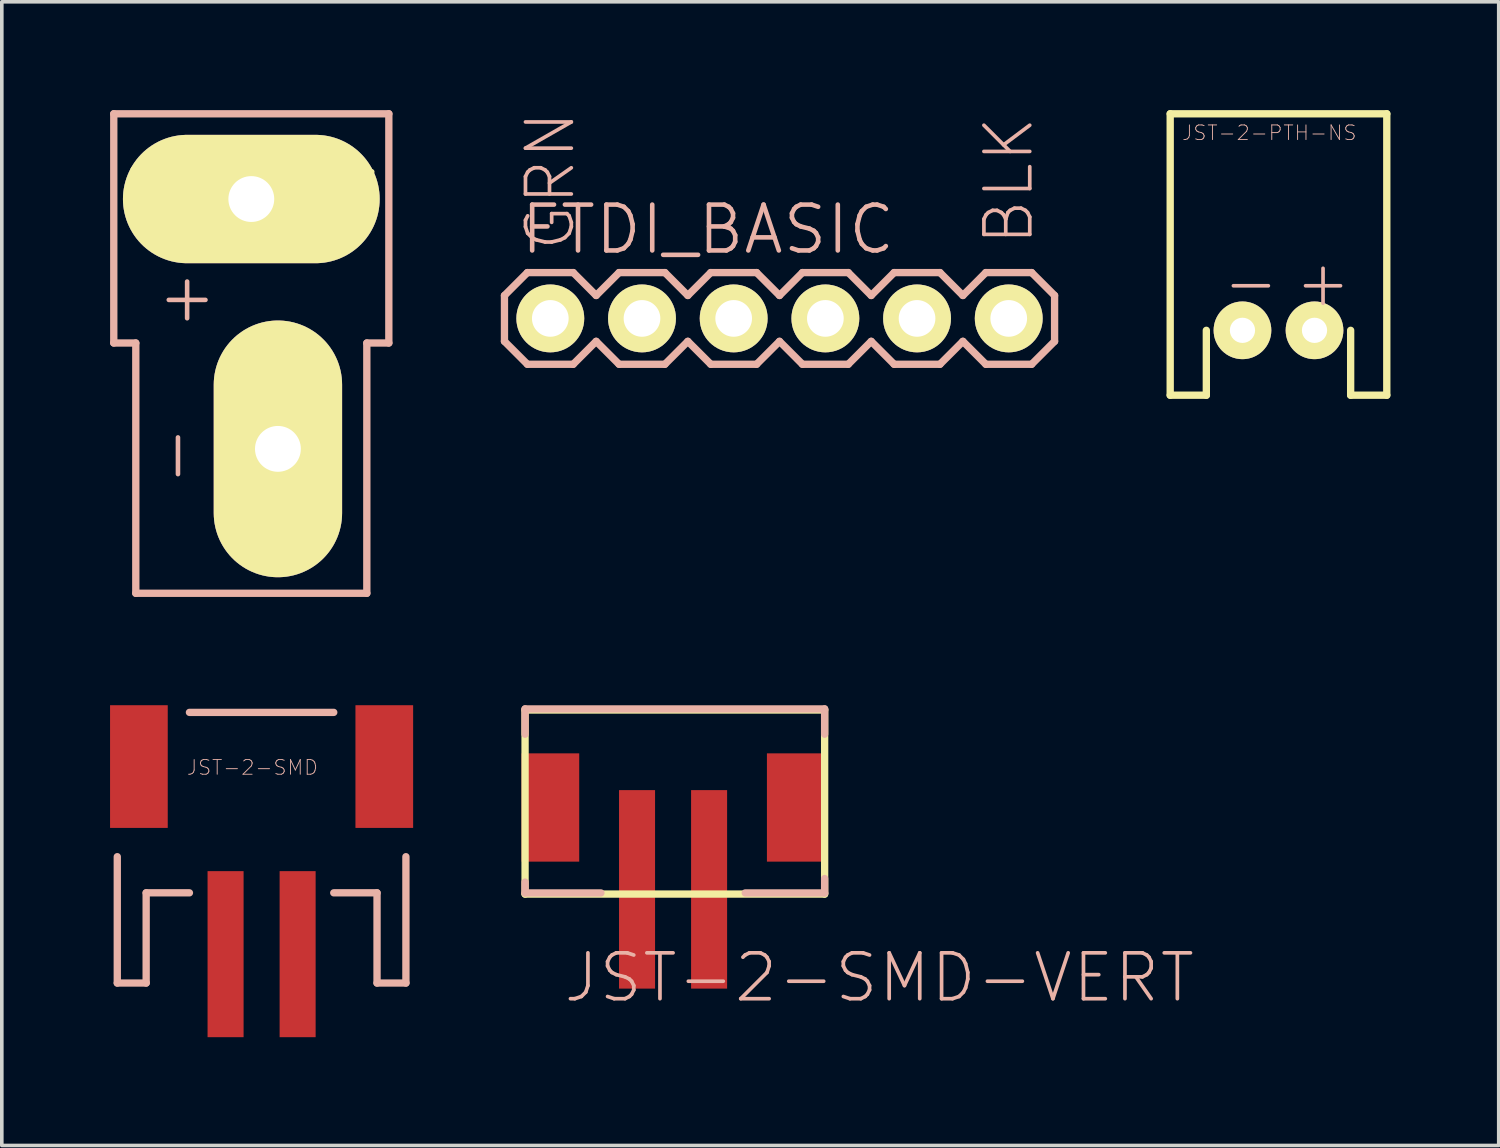
<source format=kicad_pcb>
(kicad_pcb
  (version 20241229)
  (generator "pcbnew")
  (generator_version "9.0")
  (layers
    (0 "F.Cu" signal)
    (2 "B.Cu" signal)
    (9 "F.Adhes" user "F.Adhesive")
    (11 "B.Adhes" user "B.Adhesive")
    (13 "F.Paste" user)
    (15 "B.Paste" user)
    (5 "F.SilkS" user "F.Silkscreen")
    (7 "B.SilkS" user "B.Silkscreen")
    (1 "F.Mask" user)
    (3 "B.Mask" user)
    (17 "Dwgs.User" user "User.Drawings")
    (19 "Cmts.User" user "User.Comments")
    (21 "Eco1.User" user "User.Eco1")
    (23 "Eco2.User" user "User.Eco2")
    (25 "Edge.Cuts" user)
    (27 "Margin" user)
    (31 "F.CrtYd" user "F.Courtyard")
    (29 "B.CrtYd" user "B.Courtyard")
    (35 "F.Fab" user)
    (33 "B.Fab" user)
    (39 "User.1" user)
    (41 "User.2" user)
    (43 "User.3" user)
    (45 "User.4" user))
  (footprint "JST-2-SMD"
    (layer "F.Cu")
    (at 4.197 19.685)
    (property "Reference" "JST-2-SMD" (at -0.254 -1.473 0) (layer "B.SilkS") (effects (font (size 0.406 0.406) (thickness 0.025))))
    (attr smd)
    (fp_line (start -3.998 0.998) (end -3.998 4.498) (stroke (width 0.203) (type solid)) (layer "B.SilkS"))
    (fp_line (start -3.998 4.498) (end -3.198 4.498) (stroke (width 0.203) (type solid)) (layer "B.SilkS"))
    (fp_line (start -3.198 1.999) (end -1.999 1.999) (stroke (width 0.203) (type solid)) (layer "B.SilkS"))
    (fp_line (start -3.198 4.498) (end -3.198 1.999) (stroke (width 0.203) (type solid)) (layer "B.SilkS"))
    (fp_line (start 1.999 -3) (end -1.999 -3) (stroke (width 0.203) (type solid)) (layer "B.SilkS"))
    (fp_line (start 1.999 1.999) (end 3.198 1.999) (stroke (width 0.203) (type solid)) (layer "B.SilkS"))
    (fp_line (start 3.198 1.999) (end 3.198 4.498) (stroke (width 0.203) (type solid)) (layer "B.SilkS"))
    (fp_line (start 3.198 4.498) (end 3.998 4.498) (stroke (width 0.203) (type solid)) (layer "B.SilkS"))
    (fp_line (start 3.998 4.498) (end 3.998 0.998) (stroke (width 0.203) (type solid)) (layer "B.SilkS"))
    (pad "1" smd rect (at -0.998 3.698) (size 0.998 4.6) (layers "F.Cu" "F.Mask" "F.Paste"))
    (pad "2" smd rect (at 0.998 3.698) (size 0.998 4.6) (layers "F.Cu" "F.Mask" "F.Paste"))
    (pad "NC1" smd rect (at -3.399 -1.499 90) (size 3.399 1.598) (layers "F.Cu" "F.Mask" "F.Paste"))
    (pad "NC2" smd rect (at 3.399 -1.499 90) (size 3.399 1.598) (layers "F.Cu" "F.Mask" "F.Paste")))
  (footprint "FTDI_BASIC"
    (layer "F.Cu")
    (at 12.195 5.771)
    (property "Reference" "FTDI_BASIC" (at 4.366 -2.464 0) (layer "B.SilkS") (effects (font (size 1.27 1.27) (thickness 0.127))))
    (attr exclude_from_pos_files exclude_from_bom)
    (fp_line (start -0.254 -0.254) (end 0.254 -0.254) (stroke (width 0.066) (type solid)) (layer "F.SilkS"))
    (fp_line (start -0.254 0.254) (end -0.254 -0.254) (stroke (width 0.066) (type solid)) (layer "F.SilkS"))
    (fp_line (start -0.254 0.254) (end 0.254 0.254) (stroke (width 0.066) (type solid)) (layer "F.SilkS"))
    (fp_line (start 0.254 0.254) (end 0.254 -0.254) (stroke (width 0.066) (type solid)) (layer "F.SilkS"))
    (fp_line (start 2.286 -0.254) (end 2.794 -0.254) (stroke (width 0.066) (type solid)) (layer "F.SilkS"))
    (fp_line (start 2.286 0.254) (end 2.286 -0.254) (stroke (width 0.066) (type solid)) (layer "F.SilkS"))
    (fp_line (start 2.286 0.254) (end 2.794 0.254) (stroke (width 0.066) (type solid)) (layer "F.SilkS"))
    (fp_line (start 2.794 0.254) (end 2.794 -0.254) (stroke (width 0.066) (type solid)) (layer "F.SilkS"))
    (fp_line (start 4.826 -0.254) (end 5.334 -0.254) (stroke (width 0.066) (type solid)) (layer "F.SilkS"))
    (fp_line (start 4.826 0.254) (end 4.826 -0.254) (stroke (width 0.066) (type solid)) (layer "F.SilkS"))
    (fp_line (start 4.826 0.254) (end 5.334 0.254) (stroke (width 0.066) (type solid)) (layer "F.SilkS"))
    (fp_line (start 5.334 0.254) (end 5.334 -0.254) (stroke (width 0.066) (type solid)) (layer "F.SilkS"))
    (fp_line (start 7.366 -0.254) (end 7.874 -0.254) (stroke (width 0.066) (type solid)) (layer "F.SilkS"))
    (fp_line (start 7.366 0.254) (end 7.366 -0.254) (stroke (width 0.066) (type solid)) (layer "F.SilkS"))
    (fp_line (start 7.366 0.254) (end 7.874 0.254) (stroke (width 0.066) (type solid)) (layer "F.SilkS"))
    (fp_line (start 7.874 0.254) (end 7.874 -0.254) (stroke (width 0.066) (type solid)) (layer "F.SilkS"))
    (fp_line (start 9.906 -0.254) (end 10.414 -0.254) (stroke (width 0.066) (type solid)) (layer "F.SilkS"))
    (fp_line (start 9.906 0.254) (end 9.906 -0.254) (stroke (width 0.066) (type solid)) (layer "F.SilkS"))
    (fp_line (start 9.906 0.254) (end 10.414 0.254) (stroke (width 0.066) (type solid)) (layer "F.SilkS"))
    (fp_line (start 10.414 0.254) (end 10.414 -0.254) (stroke (width 0.066) (type solid)) (layer "F.SilkS"))
    (fp_line (start 12.446 -0.254) (end 12.954 -0.254) (stroke (width 0.066) (type solid)) (layer "F.SilkS"))
    (fp_line (start 12.446 0.254) (end 12.446 -0.254) (stroke (width 0.066) (type solid)) (layer "F.SilkS"))
    (fp_line (start 12.446 0.254) (end 12.954 0.254) (stroke (width 0.066) (type solid)) (layer "F.SilkS"))
    (fp_line (start 12.954 0.254) (end 12.954 -0.254) (stroke (width 0.066) (type solid)) (layer "F.SilkS"))
    (fp_line (start -1.27 -0.635) (end -1.27 0.635) (stroke (width 0.203) (type solid)) (layer "B.SilkS"))
    (fp_line (start -1.27 0.635) (end -0.635 1.27) (stroke (width 0.203) (type solid)) (layer "B.SilkS"))
    (fp_line (start -0.635 -1.27) (end -1.27 -0.635) (stroke (width 0.203) (type solid)) (layer "B.SilkS"))
    (fp_line (start -0.635 -1.27) (end 0.635 -1.27) (stroke (width 0.203) (type solid)) (layer "B.SilkS"))
    (fp_line (start 0.635 -1.27) (end 1.27 -0.635) (stroke (width 0.203) (type solid)) (layer "B.SilkS"))
    (fp_line (start 0.635 1.27) (end -0.635 1.27) (stroke (width 0.203) (type solid)) (layer "B.SilkS"))
    (fp_line (start 1.27 -0.635) (end 1.905 -1.27) (stroke (width 0.203) (type solid)) (layer "B.SilkS"))
    (fp_line (start 1.27 0.635) (end 0.635 1.27) (stroke (width 0.203) (type solid)) (layer "B.SilkS"))
    (fp_line (start 1.905 -1.27) (end 3.175 -1.27) (stroke (width 0.203) (type solid)) (layer "B.SilkS"))
    (fp_line (start 1.905 1.27) (end 1.27 0.635) (stroke (width 0.203) (type solid)) (layer "B.SilkS"))
    (fp_line (start 3.175 -1.27) (end 3.81 -0.635) (stroke (width 0.203) (type solid)) (layer "B.SilkS"))
    (fp_line (start 3.175 1.27) (end 1.905 1.27) (stroke (width 0.203) (type solid)) (layer "B.SilkS"))
    (fp_line (start 3.81 -0.635) (end 4.445 -1.27) (stroke (width 0.203) (type solid)) (layer "B.SilkS"))
    (fp_line (start 3.81 0.635) (end 3.175 1.27) (stroke (width 0.203) (type solid)) (layer "B.SilkS"))
    (fp_line (start 4.445 -1.27) (end 5.715 -1.27) (stroke (width 0.203) (type solid)) (layer "B.SilkS"))
    (fp_line (start 4.445 1.27) (end 3.81 0.635) (stroke (width 0.203) (type solid)) (layer "B.SilkS"))
    (fp_line (start 5.715 -1.27) (end 6.35 -0.635) (stroke (width 0.203) (type solid)) (layer "B.SilkS"))
    (fp_line (start 5.715 1.27) (end 4.445 1.27) (stroke (width 0.203) (type solid)) (layer "B.SilkS"))
    (fp_line (start 6.35 0.635) (end 5.715 1.27) (stroke (width 0.203) (type solid)) (layer "B.SilkS"))
    (fp_line (start 6.35 0.635) (end 6.985 1.27) (stroke (width 0.203) (type solid)) (layer "B.SilkS"))
    (fp_line (start 6.985 -1.27) (end 6.35 -0.635) (stroke (width 0.203) (type solid)) (layer "B.SilkS"))
    (fp_line (start 6.985 -1.27) (end 8.255 -1.27) (stroke (width 0.203) (type solid)) (layer "B.SilkS"))
    (fp_line (start 8.255 -1.27) (end 8.89 -0.635) (stroke (width 0.203) (type solid)) (layer "B.SilkS"))
    (fp_line (start 8.255 1.27) (end 6.985 1.27) (stroke (width 0.203) (type solid)) (layer "B.SilkS"))
    (fp_line (start 8.89 -0.635) (end 9.525 -1.27) (stroke (width 0.203) (type solid)) (layer "B.SilkS"))
    (fp_line (start 8.89 0.635) (end 8.255 1.27) (stroke (width 0.203) (type solid)) (layer "B.SilkS"))
    (fp_line (start 9.525 -1.27) (end 10.795 -1.27) (stroke (width 0.203) (type solid)) (layer "B.SilkS"))
    (fp_line (start 9.525 1.27) (end 8.89 0.635) (stroke (width 0.203) (type solid)) (layer "B.SilkS"))
    (fp_line (start 10.795 -1.27) (end 11.43 -0.635) (stroke (width 0.203) (type solid)) (layer "B.SilkS"))
    (fp_line (start 10.795 1.27) (end 9.525 1.27) (stroke (width 0.203) (type solid)) (layer "B.SilkS"))
    (fp_line (start 11.43 -0.635) (end 12.065 -1.27) (stroke (width 0.203) (type solid)) (layer "B.SilkS"))
    (fp_line (start 11.43 0.635) (end 10.795 1.27) (stroke (width 0.203) (type solid)) (layer "B.SilkS"))
    (fp_line (start 12.065 -1.27) (end 13.335 -1.27) (stroke (width 0.203) (type solid)) (layer "B.SilkS"))
    (fp_line (start 12.065 1.27) (end 11.43 0.635) (stroke (width 0.203) (type solid)) (layer "B.SilkS"))
    (fp_line (start 13.335 -1.27) (end 13.97 -0.635) (stroke (width 0.203) (type solid)) (layer "B.SilkS"))
    (fp_line (start 13.335 1.27) (end 12.065 1.27) (stroke (width 0.203) (type solid)) (layer "B.SilkS"))
    (fp_line (start 13.97 -0.635) (end 13.97 0.635) (stroke (width 0.203) (type solid)) (layer "B.SilkS"))
    (fp_line (start 13.97 0.635) (end 13.335 1.27) (stroke (width 0.203) (type solid)) (layer "B.SilkS"))
    (fp_text user "BLK" (at 12.7 -3.81 90) (layer "B.SilkS") (effects (font (size 1.27 1.27) (thickness 0.102))))
    (fp_text user "GRN" (at 0 -3.81 90) (layer "B.SilkS") (effects (font (size 1.27 1.27) (thickness 0.102))))
    (pad "CTS" thru_hole circle (at 10.16 0) (size 1.88 1.88) (drill 1.016) (layers "*.Cu" "F.Mask" "F.SilkS" "F.Paste"))
    (pad "DTR" thru_hole circle (at 0 0) (size 1.88 1.88) (drill 1.016) (layers "*.Cu" "F.Mask" "F.SilkS" "F.Paste"))
    (pad "GND" thru_hole circle (at 12.7 0) (size 1.88 1.88) (drill 1.016) (layers "*.Cu" "F.Mask" "F.SilkS" "F.Paste"))
    (pad "RXI" thru_hole circle (at 2.54 0) (size 1.88 1.88) (drill 1.016) (layers "*.Cu" "F.Mask" "F.SilkS" "F.Paste"))
    (pad "TXO" thru_hole circle (at 5.08 0) (size 1.88 1.88) (drill 1.016) (layers "*.Cu" "F.Mask" "F.SilkS" "F.Paste"))
    (pad "VCC" thru_hole circle (at 7.62 0) (size 1.88 1.88) (drill 1.016) (layers "*.Cu" "F.Mask" "F.SilkS" "F.Paste")))
  (footprint "JST-2-SMD-VERT"
    (layer "F.Cu")
    (at 15.596 19.589)
    (property "Reference" "JST-2-SMD-VERT" (at 5.715 4.445 0) (layer "B.SilkS") (effects (font (size 1.27 1.27) (thickness 0.102))))
    (attr smd)
    (fp_line (start -4.1 -2.969) (end 4.199 -2.969) (stroke (width 0.203) (type solid)) (layer "F.SilkS"))
    (fp_line (start -4.1 2.129) (end -4.1 -2.969) (stroke (width 0.203) (type solid)) (layer "F.SilkS"))
    (fp_line (start 4.199 -2.969) (end 4.199 2.129) (stroke (width 0.203) (type solid)) (layer "F.SilkS"))
    (fp_line (start 4.199 2.129) (end -4.1 2.129) (stroke (width 0.203) (type solid)) (layer "F.SilkS"))
    (fp_line (start -4.1 -3) (end -4.1 -2.299) (stroke (width 0.203) (type solid)) (layer "B.SilkS"))
    (fp_line (start -4.1 -3) (end 4.199 -3) (stroke (width 0.203) (type solid)) (layer "B.SilkS"))
    (fp_line (start -4.1 2.098) (end -4.1 1.798) (stroke (width 0.203) (type solid)) (layer "B.SilkS"))
    (fp_line (start -1.999 2.098) (end -4.1 2.098) (stroke (width 0.203) (type solid)) (layer "B.SilkS"))
    (fp_line (start 1.999 2.098) (end 4.199 2.098) (stroke (width 0.203) (type solid)) (layer "B.SilkS"))
    (fp_line (start 4.199 -3) (end 4.199 -2.299) (stroke (width 0.203) (type solid)) (layer "B.SilkS"))
    (fp_line (start 4.199 2.098) (end 4.199 1.699) (stroke (width 0.203) (type solid)) (layer "B.SilkS"))
    (pad "GND" smd rect (at 0.998 1.999) (size 0.998 5.499) (layers "F.Cu" "F.Mask" "F.Paste"))
    (pad "P$1" smd rect (at -3.399 -0.269 90) (size 3 1.598) (layers "F.Cu" "F.Mask" "F.Paste"))
    (pad "P$2" smd rect (at 3.399 -0.269 90) (size 3 1.598) (layers "F.Cu" "F.Mask" "F.Paste"))
    (pad "VCC" smd rect (at -0.998 1.999) (size 0.998 5.499) (layers "F.Cu" "F.Mask" "F.Paste")))
  (footprint "DEANS"
    (layer "F.Cu")
    (at 3.912 2.464)
    (property "Reference" "DEANS" (at 0 0 0) (layer "F.SilkS") (effects (font (size 1.524 1.524) (thickness 0.15))))
    (attr exclude_from_pos_files exclude_from_bom)
    (fp_line (start -2.845 -0.686) (end 2.845 -0.686) (stroke (width 0.127) (type solid)) (layer "F.SilkS"))
    (fp_line (start -2.845 0.686) (end -2.845 -0.686) (stroke (width 0.127) (type solid)) (layer "F.SilkS"))
    (fp_line (start 0.051 4.064) (end 1.422 4.064) (stroke (width 0.127) (type solid)) (layer "F.SilkS"))
    (fp_line (start 0.051 9.754) (end 0.051 4.064) (stroke (width 0.127) (type solid)) (layer "F.SilkS"))
    (fp_line (start 0.051 9.754) (end 1.422 9.754) (stroke (width 0.127) (type solid)) (layer "F.SilkS"))
    (fp_line (start 1.422 4.064) (end 1.422 9.754) (stroke (width 0.127) (type solid)) (layer "F.SilkS"))
    (fp_line (start 2.845 0.686) (end -2.845 0.686) (stroke (width 0.127) (type solid)) (layer "F.SilkS"))
    (fp_line (start 2.845 0.686) (end 2.845 -0.686) (stroke (width 0.127) (type solid)) (layer "F.SilkS"))
    (fp_line (start -3.81 -2.362) (end 3.81 -2.362) (stroke (width 0.203) (type solid)) (layer "B.SilkS"))
    (fp_line (start -3.81 3.988) (end -3.81 -2.362) (stroke (width 0.203) (type solid)) (layer "B.SilkS"))
    (fp_line (start -3.81 3.988) (end -3.2 3.988) (stroke (width 0.203) (type solid)) (layer "B.SilkS"))
    (fp_line (start -3.2 10.922) (end -3.2 3.988) (stroke (width 0.203) (type solid)) (layer "B.SilkS"))
    (fp_line (start -3.2 10.922) (end 3.2 10.922) (stroke (width 0.203) (type solid)) (layer "B.SilkS"))
    (fp_line (start -2.286 2.794) (end -1.27 2.794) (stroke (width 0.127) (type solid)) (layer "B.SilkS"))
    (fp_line (start -2.032 7.62) (end -2.032 6.604) (stroke (width 0.127) (type solid)) (layer "B.SilkS"))
    (fp_line (start -1.778 2.286) (end -1.778 3.302) (stroke (width 0.127) (type solid)) (layer "B.SilkS"))
    (fp_line (start 3.2 3.988) (end 3.81 3.988) (stroke (width 0.203) (type solid)) (layer "B.SilkS"))
    (fp_line (start 3.2 10.922) (end 3.2 3.988) (stroke (width 0.203) (type solid)) (layer "B.SilkS"))
    (fp_line (start 3.81 3.988) (end 3.81 -2.362) (stroke (width 0.203) (type solid)) (layer "B.SilkS"))
    (pad "+" thru_hole oval (at 0 0 90) (size 3.556 7.112) (drill 1.27) (layers "*.Cu" "F.Mask" "F.SilkS" "F.Paste"))
    (pad "-" thru_hole oval (at 0.737 6.921 180) (size 3.556 7.112) (drill 1.27) (layers "*.Cu" "F.Mask" "F.SilkS" "F.Paste")))
  (footprint "JST-2-PTH-NS"
    (layer "F.Cu")
    (at 32.368 6.101)
    (property "Reference" "JST-2-PTH-NS" (at -0.254 -5.471 0) (layer "B.SilkS") (effects (font (size 0.406 0.406) (thickness 0.025))))
    (attr exclude_from_pos_files exclude_from_bom)
    (fp_line (start -3 -5.999) (end 3 -5.999) (stroke (width 0.203) (type solid)) (layer "F.SilkS"))
    (fp_line (start -3 1.798) (end -3 -5.999) (stroke (width 0.203) (type solid)) (layer "F.SilkS"))
    (fp_line (start -1.999 0) (end -1.999 1.798) (stroke (width 0.203) (type solid)) (layer "F.SilkS"))
    (fp_line (start -1.999 1.798) (end -3 1.798) (stroke (width 0.203) (type solid)) (layer "F.SilkS"))
    (fp_line (start 1.999 1.798) (end 1.999 0) (stroke (width 0.203) (type solid)) (layer "F.SilkS"))
    (fp_line (start 3 -5.999) (end 3 1.798) (stroke (width 0.203) (type solid)) (layer "F.SilkS"))
    (fp_line (start 3 1.798) (end 1.999 1.798) (stroke (width 0.203) (type solid)) (layer "F.SilkS"))
    (fp_text user "+" (at 1.234 -1.333 0) (layer "B.SilkS") (effects (font (size 1.27 1.27) (thickness 0.102))))
    (fp_text user "-" (at -0.765 -1.333 0) (layer "B.SilkS") (effects (font (size 1.27 1.27) (thickness 0.102))))
    (pad "1" thru_hole circle (at -0.998 0) (size 1.598 1.598) (drill 0.699) (layers "*.Cu" "F.Mask" "F.SilkS" "F.Paste"))
    (pad "2" thru_hole circle (at 0.998 0) (size 1.598 1.598) (drill 0.699) (layers "*.Cu" "F.Mask" "F.SilkS" "F.Paste")))
  (gr_rect
    (start -3 -3)
    (end 38.469 28.683)
    (stroke (width 0.1) (type default))
    (fill no)
    (layer "Edge.Cuts")))
</source>
